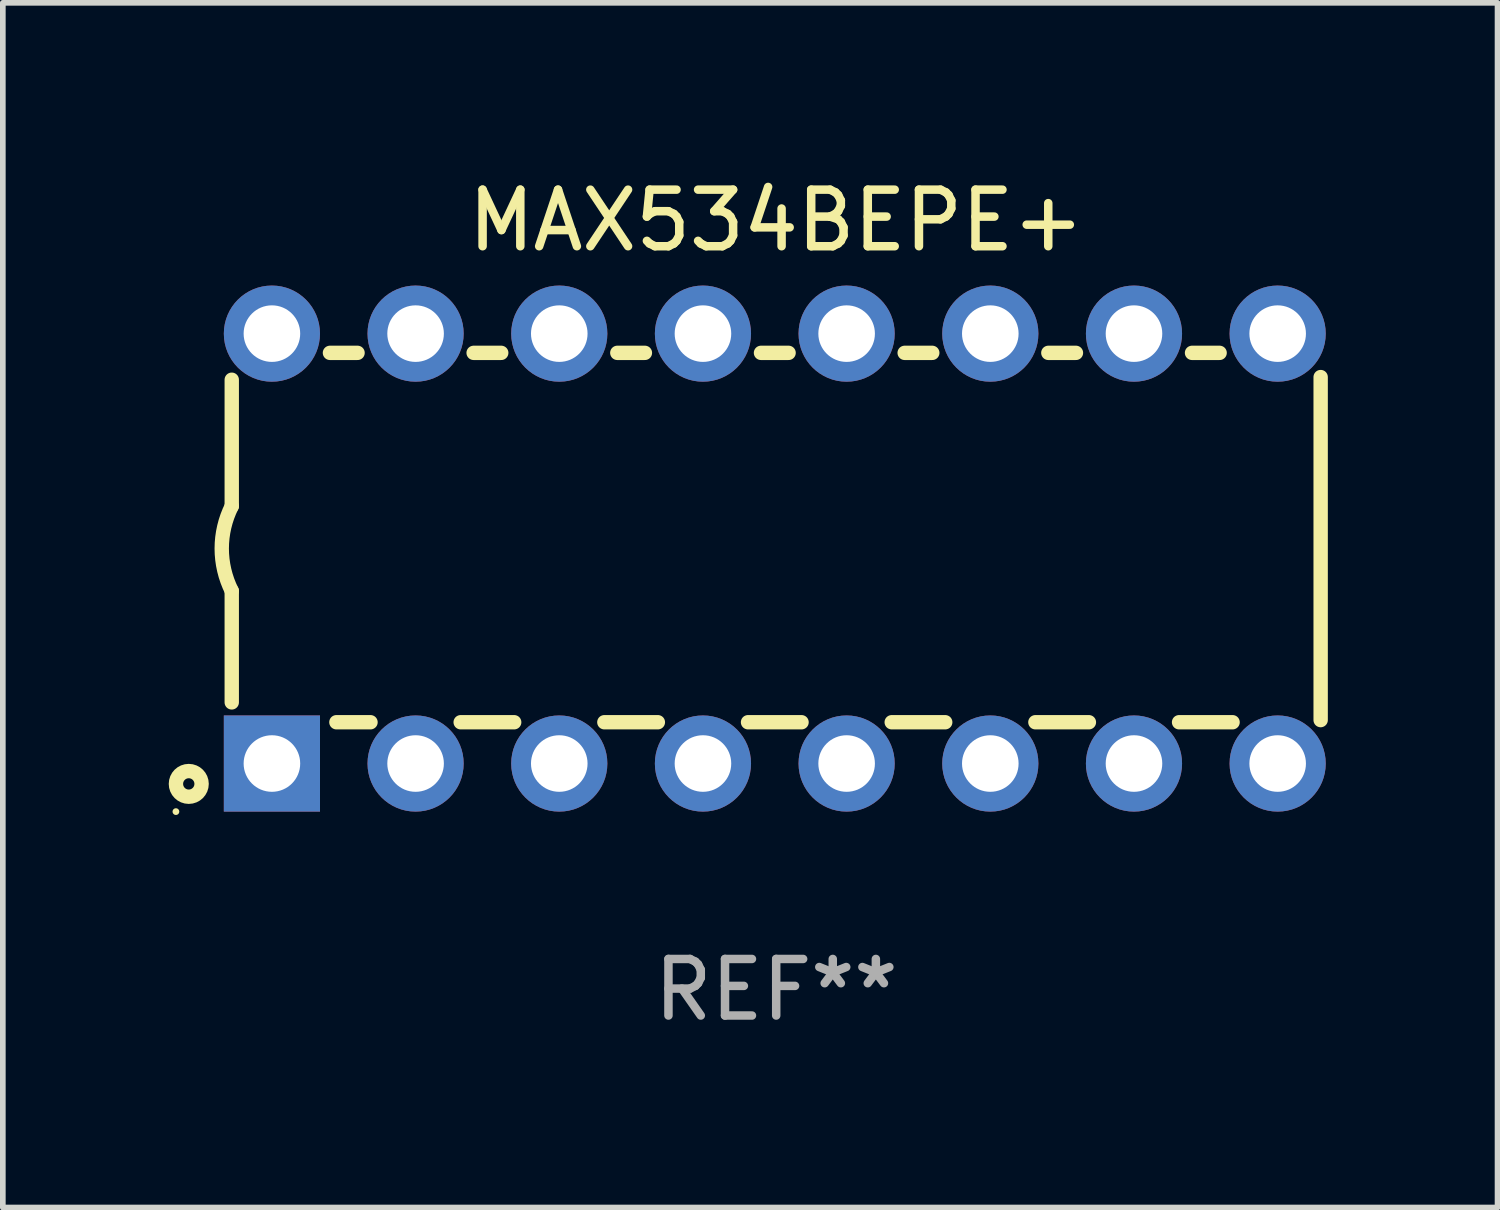
<source format=kicad_pcb>
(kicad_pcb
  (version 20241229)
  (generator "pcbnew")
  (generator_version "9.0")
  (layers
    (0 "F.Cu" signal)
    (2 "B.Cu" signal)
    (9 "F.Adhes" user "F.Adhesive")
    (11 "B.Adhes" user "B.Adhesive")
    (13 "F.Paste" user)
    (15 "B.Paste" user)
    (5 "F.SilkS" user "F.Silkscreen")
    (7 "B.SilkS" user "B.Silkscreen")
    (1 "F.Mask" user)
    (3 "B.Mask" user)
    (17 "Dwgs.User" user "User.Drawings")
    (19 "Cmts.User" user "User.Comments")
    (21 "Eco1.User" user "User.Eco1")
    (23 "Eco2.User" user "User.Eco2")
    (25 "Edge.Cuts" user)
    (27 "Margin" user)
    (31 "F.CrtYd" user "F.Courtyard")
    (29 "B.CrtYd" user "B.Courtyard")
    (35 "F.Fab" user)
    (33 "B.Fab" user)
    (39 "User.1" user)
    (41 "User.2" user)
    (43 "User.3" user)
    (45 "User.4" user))
  (footprint "MAX534BEPE+"
    (layer "F.Cu")
    (at 10.672 6.648)
    (property "Reference" "MAX534BEPE+" (at 0 -5.8 0) (layer "F.SilkS") (effects (font (size 1 1) (thickness 0.15))))
    (attr through_hole)
    (fp_line (start -9.625 -0.75) (end -9.625 -2.985) (stroke (width 0.254) (type solid)) (layer "F.SilkS"))
    (fp_line (start -9.625 0.749) (end -9.625 2.719) (stroke (width 0.254) (type solid)) (layer "F.SilkS"))
    (fp_line (start -7.889 -3.46) (end -7.401 -3.46) (stroke (width 0.254) (type solid)) (layer "F.SilkS"))
    (fp_line (start -7.775 3.07) (end -7.172 3.07) (stroke (width 0.254) (type solid)) (layer "F.SilkS"))
    (fp_line (start -5.578 3.07) (end -4.632 3.07) (stroke (width 0.254) (type solid)) (layer "F.SilkS"))
    (fp_line (start -5.349 -3.46) (end -4.861 -3.46) (stroke (width 0.254) (type solid)) (layer "F.SilkS"))
    (fp_line (start -3.038 3.07) (end -2.092 3.07) (stroke (width 0.254) (type solid)) (layer "F.SilkS"))
    (fp_line (start -2.809 -3.46) (end -2.321 -3.46) (stroke (width 0.254) (type solid)) (layer "F.SilkS"))
    (fp_line (start -0.498 3.07) (end 0.448 3.07) (stroke (width 0.254) (type solid)) (layer "F.SilkS"))
    (fp_line (start -0.269 -3.46) (end 0.219 -3.46) (stroke (width 0.254) (type solid)) (layer "F.SilkS"))
    (fp_line (start 2.042 3.07) (end 2.988 3.07) (stroke (width 0.254) (type solid)) (layer "F.SilkS"))
    (fp_line (start 2.271 -3.46) (end 2.759 -3.46) (stroke (width 0.254) (type solid)) (layer "F.SilkS"))
    (fp_line (start 4.582 3.07) (end 5.528 3.07) (stroke (width 0.254) (type solid)) (layer "F.SilkS"))
    (fp_line (start 4.811 -3.46) (end 5.299 -3.46) (stroke (width 0.254) (type solid)) (layer "F.SilkS"))
    (fp_line (start 7.122 3.07) (end 8.068 3.07) (stroke (width 0.254) (type solid)) (layer "F.SilkS"))
    (fp_line (start 7.351 -3.46) (end 7.839 -3.46) (stroke (width 0.254) (type solid)) (layer "F.SilkS"))
    (fp_line (start 9.625 3.032) (end 9.625 -3.032) (stroke (width 0.254) (type solid)) (layer "F.SilkS"))
    (fp_arc (start -9.62498 0.748819) (mid -9.801899 -0.000581) (end -9.625006 -0.749987) (stroke (width 0.254001) (type solid)) (layer "F.SilkS"))
    (fp_circle (center -10.612 4.65) (end -10.582 4.65) (stroke (width 0.06) (type solid)) (fill no) (layer "F.SilkS"))
    (fp_circle (center -10.385 4.16) (end -10.285 4.16) (stroke (width 0.254) (type solid)) (fill no) (layer "F.SilkS"))
    (fp_text user "REF**" (at 0 7.8 0) (layer "F.Fab") (effects (font (size 1 1) (thickness 0.15))))
    (pad "1" thru_hole rect (at -8.915 3.8 90) (size 1.7 1.7) (drill 1) (layers "*.Cu" "*.Mask"))
    (pad "2" thru_hole circle (at -6.375 3.8) (size 1.7 1.7) (drill 1) (layers "*.Cu" "*.Mask"))
    (pad "3" thru_hole circle (at -3.835 3.8) (size 1.7 1.7) (drill 1) (layers "*.Cu" "*.Mask"))
    (pad "4" thru_hole circle (at -1.295 3.8) (size 1.7 1.7) (drill 1) (layers "*.Cu" "*.Mask"))
    (pad "5" thru_hole circle (at 1.245 3.8) (size 1.7 1.7) (drill 1) (layers "*.Cu" "*.Mask"))
    (pad "6" thru_hole circle (at 3.785 3.8) (size 1.7 1.7) (drill 1) (layers "*.Cu" "*.Mask"))
    (pad "7" thru_hole circle (at 6.325 3.8) (size 1.7 1.7) (drill 1) (layers "*.Cu" "*.Mask"))
    (pad "8" thru_hole circle (at 8.865 3.8) (size 1.7 1.7) (drill 1) (layers "*.Cu" "*.Mask"))
    (pad "9" thru_hole circle (at 8.865 -3.8) (size 1.7 1.7) (drill 1) (layers "*.Cu" "*.Mask"))
    (pad "10" thru_hole circle (at 6.325 -3.8) (size 1.7 1.7) (drill 1) (layers "*.Cu" "*.Mask"))
    (pad "11" thru_hole circle (at 3.785 -3.8) (size 1.7 1.7) (drill 1) (layers "*.Cu" "*.Mask"))
    (pad "12" thru_hole circle (at 1.245 -3.8) (size 1.7 1.7) (drill 1) (layers "*.Cu" "*.Mask"))
    (pad "13" thru_hole circle (at -1.295 -3.8) (size 1.7 1.7) (drill 1) (layers "*.Cu" "*.Mask"))
    (pad "14" thru_hole circle (at -3.835 -3.8) (size 1.7 1.7) (drill 1) (layers "*.Cu" "*.Mask"))
    (pad "15" thru_hole circle (at -6.375 -3.8) (size 1.7 1.7) (drill 1) (layers "*.Cu" "*.Mask"))
    (pad "16" thru_hole circle (at -8.915 -3.8) (size 1.7 1.7) (drill 1) (layers "*.Cu" "*.Mask")))
  (gr_rect
    (start -3 -3)
    (end 23.424 18.297)
    (stroke (width 0.1) (type default))
    (fill no)
    (layer "Edge.Cuts")))
</source>
